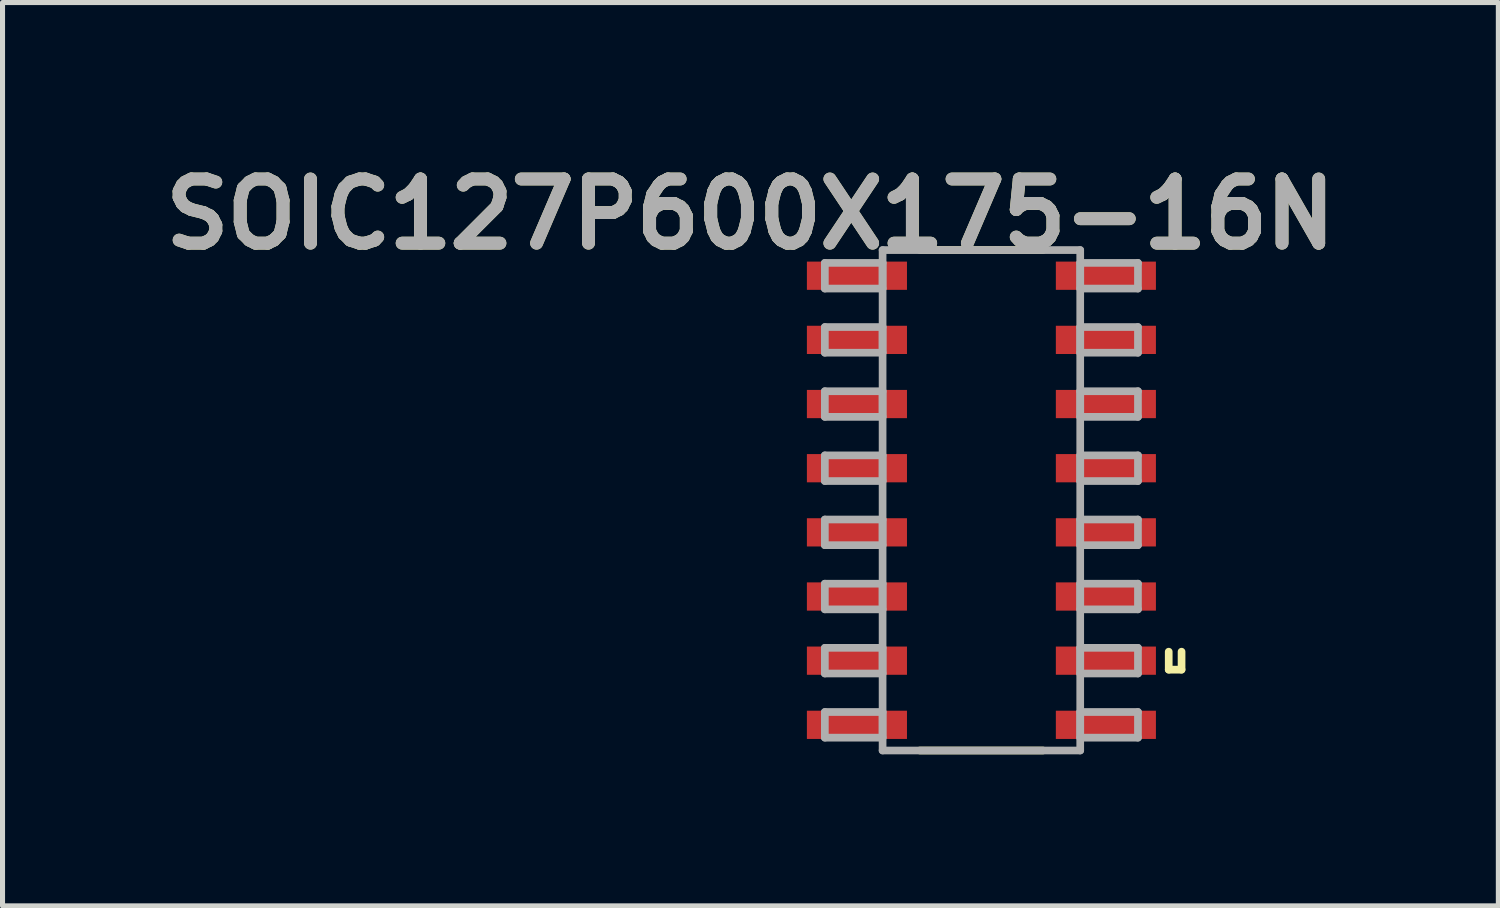
<source format=kicad_pcb>
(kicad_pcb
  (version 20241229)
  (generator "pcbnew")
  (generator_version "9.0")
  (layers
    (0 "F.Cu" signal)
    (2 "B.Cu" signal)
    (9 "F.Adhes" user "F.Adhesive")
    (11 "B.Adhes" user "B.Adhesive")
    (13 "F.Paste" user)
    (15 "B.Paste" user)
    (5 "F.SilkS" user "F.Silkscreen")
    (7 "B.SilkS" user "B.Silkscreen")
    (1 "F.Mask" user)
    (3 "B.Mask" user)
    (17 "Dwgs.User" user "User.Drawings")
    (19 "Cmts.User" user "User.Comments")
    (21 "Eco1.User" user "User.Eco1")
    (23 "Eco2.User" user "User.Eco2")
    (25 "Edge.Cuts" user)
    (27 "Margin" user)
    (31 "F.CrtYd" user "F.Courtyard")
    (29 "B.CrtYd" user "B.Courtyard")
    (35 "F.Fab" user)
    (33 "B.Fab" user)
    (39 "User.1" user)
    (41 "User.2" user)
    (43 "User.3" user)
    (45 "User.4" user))
  (footprint "SOIC127P600X175-16N"
    (layer "F.Cu")
    (at 16.377 6.853)
    (property "Reference" "SOIC127P600X175-16N" (at -4.572 -5.664 0) (layer "F.SilkS") (effects (font (size 1.27 1.27) (thickness 0.254))))
    (attr smd)
    (fp_line (start -1.219 4.953) (end 1.219 4.953) (stroke (width 0.152) (type solid)) (layer "F.SilkS"))
    (fp_line (start -0.305 -4.953) (end -1.219 -4.953) (stroke (width 0.152) (type solid)) (layer "F.SilkS"))
    (fp_line (start 0.305 -4.953) (end -0.305 -4.953) (stroke (width 0.152) (type solid)) (layer "F.SilkS"))
    (fp_line (start 1.219 -4.953) (end 0.305 -4.953) (stroke (width 0.152) (type solid)) (layer "F.SilkS"))
    (fp_line (start 3.708 3.353) (end 3.708 2.997) (stroke (width 0.152) (type solid)) (layer "F.SilkS"))
    (fp_line (start 3.962 2.997) (end 3.962 3.353) (stroke (width 0.152) (type solid)) (layer "F.SilkS"))
    (fp_line (start 3.962 3.353) (end 3.708 3.353) (stroke (width 0.152) (type solid)) (layer "F.SilkS"))
    (fp_line (start -3.099 -4.699) (end -3.099 -4.191) (stroke (width 0.152) (type solid)) (layer "F.Fab"))
    (fp_line (start -3.099 -4.191) (end -1.956 -4.191) (stroke (width 0.152) (type solid)) (layer "F.Fab"))
    (fp_line (start -3.099 -3.429) (end -3.099 -2.921) (stroke (width 0.152) (type solid)) (layer "F.Fab"))
    (fp_line (start -3.099 -2.921) (end -1.956 -2.921) (stroke (width 0.152) (type solid)) (layer "F.Fab"))
    (fp_line (start -3.099 -2.159) (end -3.099 -1.651) (stroke (width 0.152) (type solid)) (layer "F.Fab"))
    (fp_line (start -3.099 -1.651) (end -1.956 -1.651) (stroke (width 0.152) (type solid)) (layer "F.Fab"))
    (fp_line (start -3.099 -0.889) (end -3.099 -0.381) (stroke (width 0.152) (type solid)) (layer "F.Fab"))
    (fp_line (start -3.099 -0.381) (end -1.956 -0.381) (stroke (width 0.152) (type solid)) (layer "F.Fab"))
    (fp_line (start -3.099 0.381) (end -3.099 0.889) (stroke (width 0.152) (type solid)) (layer "F.Fab"))
    (fp_line (start -3.099 0.889) (end -1.956 0.889) (stroke (width 0.152) (type solid)) (layer "F.Fab"))
    (fp_line (start -3.099 1.651) (end -3.099 2.159) (stroke (width 0.152) (type solid)) (layer "F.Fab"))
    (fp_line (start -3.099 2.159) (end -1.956 2.159) (stroke (width 0.152) (type solid)) (layer "F.Fab"))
    (fp_line (start -3.099 2.921) (end -3.099 3.429) (stroke (width 0.152) (type solid)) (layer "F.Fab"))
    (fp_line (start -3.099 3.429) (end -1.956 3.429) (stroke (width 0.152) (type solid)) (layer "F.Fab"))
    (fp_line (start -3.099 4.191) (end -3.099 4.699) (stroke (width 0.152) (type solid)) (layer "F.Fab"))
    (fp_line (start -3.099 4.699) (end -1.956 4.699) (stroke (width 0.152) (type solid)) (layer "F.Fab"))
    (fp_line (start -1.956 -4.953) (end -1.956 4.953) (stroke (width 0.152) (type solid)) (layer "F.Fab"))
    (fp_line (start -1.956 -4.699) (end -3.099 -4.699) (stroke (width 0.152) (type solid)) (layer "F.Fab"))
    (fp_line (start -1.956 -4.191) (end -1.956 -4.699) (stroke (width 0.152) (type solid)) (layer "F.Fab"))
    (fp_line (start -1.956 -3.429) (end -3.099 -3.429) (stroke (width 0.152) (type solid)) (layer "F.Fab"))
    (fp_line (start -1.956 -2.921) (end -1.956 -3.429) (stroke (width 0.152) (type solid)) (layer "F.Fab"))
    (fp_line (start -1.956 -2.159) (end -3.099 -2.159) (stroke (width 0.152) (type solid)) (layer "F.Fab"))
    (fp_line (start -1.956 -1.651) (end -1.956 -2.159) (stroke (width 0.152) (type solid)) (layer "F.Fab"))
    (fp_line (start -1.956 -0.889) (end -3.099 -0.889) (stroke (width 0.152) (type solid)) (layer "F.Fab"))
    (fp_line (start -1.956 -0.381) (end -1.956 -0.889) (stroke (width 0.152) (type solid)) (layer "F.Fab"))
    (fp_line (start -1.956 0.381) (end -3.099 0.381) (stroke (width 0.152) (type solid)) (layer "F.Fab"))
    (fp_line (start -1.956 0.889) (end -1.956 0.381) (stroke (width 0.152) (type solid)) (layer "F.Fab"))
    (fp_line (start -1.956 1.651) (end -3.099 1.651) (stroke (width 0.152) (type solid)) (layer "F.Fab"))
    (fp_line (start -1.956 2.159) (end -1.956 1.651) (stroke (width 0.152) (type solid)) (layer "F.Fab"))
    (fp_line (start -1.956 2.921) (end -3.099 2.921) (stroke (width 0.152) (type solid)) (layer "F.Fab"))
    (fp_line (start -1.956 3.429) (end -1.956 2.921) (stroke (width 0.152) (type solid)) (layer "F.Fab"))
    (fp_line (start -1.956 4.191) (end -3.099 4.191) (stroke (width 0.152) (type solid)) (layer "F.Fab"))
    (fp_line (start -1.956 4.699) (end -1.956 4.191) (stroke (width 0.152) (type solid)) (layer "F.Fab"))
    (fp_line (start -1.956 4.953) (end 1.956 4.953) (stroke (width 0.152) (type solid)) (layer "F.Fab"))
    (fp_line (start -0.305 -4.953) (end -1.956 -4.953) (stroke (width 0.152) (type solid)) (layer "F.Fab"))
    (fp_line (start 0.305 -4.953) (end -0.305 -4.953) (stroke (width 0.152) (type solid)) (layer "F.Fab"))
    (fp_line (start 1.956 -4.953) (end 0.305 -4.953) (stroke (width 0.152) (type solid)) (layer "F.Fab"))
    (fp_line (start 1.956 -4.699) (end 1.956 -4.191) (stroke (width 0.152) (type solid)) (layer "F.Fab"))
    (fp_line (start 1.956 -4.191) (end 3.099 -4.191) (stroke (width 0.152) (type solid)) (layer "F.Fab"))
    (fp_line (start 1.956 -3.429) (end 1.956 -2.921) (stroke (width 0.152) (type solid)) (layer "F.Fab"))
    (fp_line (start 1.956 -2.921) (end 3.099 -2.921) (stroke (width 0.152) (type solid)) (layer "F.Fab"))
    (fp_line (start 1.956 -2.159) (end 1.956 -1.651) (stroke (width 0.152) (type solid)) (layer "F.Fab"))
    (fp_line (start 1.956 -1.651) (end 3.099 -1.651) (stroke (width 0.152) (type solid)) (layer "F.Fab"))
    (fp_line (start 1.956 -0.889) (end 1.956 -0.381) (stroke (width 0.152) (type solid)) (layer "F.Fab"))
    (fp_line (start 1.956 -0.381) (end 3.099 -0.381) (stroke (width 0.152) (type solid)) (layer "F.Fab"))
    (fp_line (start 1.956 0.381) (end 1.956 0.889) (stroke (width 0.152) (type solid)) (layer "F.Fab"))
    (fp_line (start 1.956 0.889) (end 3.099 0.889) (stroke (width 0.152) (type solid)) (layer "F.Fab"))
    (fp_line (start 1.956 1.651) (end 1.956 2.159) (stroke (width 0.152) (type solid)) (layer "F.Fab"))
    (fp_line (start 1.956 2.159) (end 3.099 2.159) (stroke (width 0.152) (type solid)) (layer "F.Fab"))
    (fp_line (start 1.956 2.921) (end 1.956 3.429) (stroke (width 0.152) (type solid)) (layer "F.Fab"))
    (fp_line (start 1.956 3.429) (end 3.099 3.429) (stroke (width 0.152) (type solid)) (layer "F.Fab"))
    (fp_line (start 1.956 4.191) (end 1.956 4.699) (stroke (width 0.152) (type solid)) (layer "F.Fab"))
    (fp_line (start 1.956 4.699) (end 3.099 4.699) (stroke (width 0.152) (type solid)) (layer "F.Fab"))
    (fp_line (start 1.956 4.953) (end 1.956 -4.953) (stroke (width 0.152) (type solid)) (layer "F.Fab"))
    (fp_line (start 3.099 -4.699) (end 1.956 -4.699) (stroke (width 0.152) (type solid)) (layer "F.Fab"))
    (fp_line (start 3.099 -4.191) (end 3.099 -4.699) (stroke (width 0.152) (type solid)) (layer "F.Fab"))
    (fp_line (start 3.099 -3.429) (end 1.956 -3.429) (stroke (width 0.152) (type solid)) (layer "F.Fab"))
    (fp_line (start 3.099 -2.921) (end 3.099 -3.429) (stroke (width 0.152) (type solid)) (layer "F.Fab"))
    (fp_line (start 3.099 -2.159) (end 1.956 -2.159) (stroke (width 0.152) (type solid)) (layer "F.Fab"))
    (fp_line (start 3.099 -1.651) (end 3.099 -2.159) (stroke (width 0.152) (type solid)) (layer "F.Fab"))
    (fp_line (start 3.099 -0.889) (end 1.956 -0.889) (stroke (width 0.152) (type solid)) (layer "F.Fab"))
    (fp_line (start 3.099 -0.381) (end 3.099 -0.889) (stroke (width 0.152) (type solid)) (layer "F.Fab"))
    (fp_line (start 3.099 0.381) (end 1.956 0.381) (stroke (width 0.152) (type solid)) (layer "F.Fab"))
    (fp_line (start 3.099 0.889) (end 3.099 0.381) (stroke (width 0.152) (type solid)) (layer "F.Fab"))
    (fp_line (start 3.099 1.651) (end 1.956 1.651) (stroke (width 0.152) (type solid)) (layer "F.Fab"))
    (fp_line (start 3.099 2.159) (end 3.099 1.651) (stroke (width 0.152) (type solid)) (layer "F.Fab"))
    (fp_line (start 3.099 2.921) (end 1.956 2.921) (stroke (width 0.152) (type solid)) (layer "F.Fab"))
    (fp_line (start 3.099 3.429) (end 3.099 2.921) (stroke (width 0.152) (type solid)) (layer "F.Fab"))
    (fp_line (start 3.099 4.191) (end 1.956 4.191) (stroke (width 0.152) (type solid)) (layer "F.Fab"))
    (fp_line (start 3.099 4.699) (end 3.099 4.191) (stroke (width 0.152) (type solid)) (layer "F.Fab"))
    (fp_text user "${REFERENCE}" (at -4.572 -5.664 0) (layer "F.Fab") (effects (font (size 1.27 1.27) (thickness 0.254))))
    (pad "1" smd rect (at -2.464 -4.445 90) (size 0.559 1.981) (layers "F.Cu" "F.Mask" "F.Paste"))
    (pad "2" smd rect (at -2.464 -3.175 90) (size 0.559 1.981) (layers "F.Cu" "F.Mask" "F.Paste"))
    (pad "3" smd rect (at -2.464 -1.905 90) (size 0.559 1.981) (layers "F.Cu" "F.Mask" "F.Paste"))
    (pad "4" smd rect (at -2.464 -0.635 90) (size 0.559 1.981) (layers "F.Cu" "F.Mask" "F.Paste"))
    (pad "5" smd rect (at -2.464 0.635 90) (size 0.559 1.981) (layers "F.Cu" "F.Mask" "F.Paste"))
    (pad "6" smd rect (at -2.464 1.905 90) (size 0.559 1.981) (layers "F.Cu" "F.Mask" "F.Paste"))
    (pad "7" smd rect (at -2.464 3.175 90) (size 0.559 1.981) (layers "F.Cu" "F.Mask" "F.Paste"))
    (pad "8" smd rect (at -2.464 4.445 90) (size 0.559 1.981) (layers "F.Cu" "F.Mask" "F.Paste"))
    (pad "9" smd rect (at 2.464 4.445 90) (size 0.559 1.981) (layers "F.Cu" "F.Mask" "F.Paste"))
    (pad "10" smd rect (at 2.464 3.175 90) (size 0.559 1.981) (layers "F.Cu" "F.Mask" "F.Paste"))
    (pad "11" smd rect (at 2.464 1.905 90) (size 0.559 1.981) (layers "F.Cu" "F.Mask" "F.Paste"))
    (pad "12" smd rect (at 2.464 0.635 90) (size 0.559 1.981) (layers "F.Cu" "F.Mask" "F.Paste"))
    (pad "13" smd rect (at 2.464 -0.635 90) (size 0.559 1.981) (layers "F.Cu" "F.Mask" "F.Paste"))
    (pad "14" smd rect (at 2.464 -1.905 90) (size 0.559 1.981) (layers "F.Cu" "F.Mask" "F.Paste"))
    (pad "15" smd rect (at 2.464 -3.175 90) (size 0.559 1.981) (layers "F.Cu" "F.Mask" "F.Paste"))
    (pad "16" smd rect (at 2.464 -4.445 90) (size 0.559 1.981) (layers "F.Cu" "F.Mask" "F.Paste")))
  (gr_rect
    (start -3 -3)
    (end 26.61 14.882)
    (stroke (width 0.1) (type default))
    (fill no)
    (layer "Edge.Cuts")))
</source>
